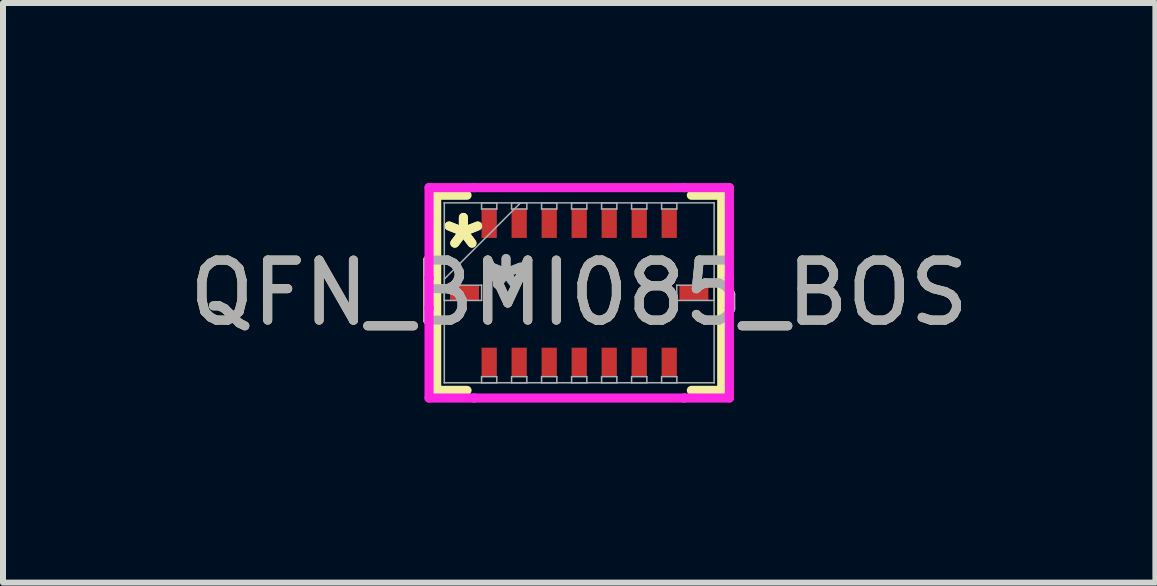
<source format=kicad_pcb>
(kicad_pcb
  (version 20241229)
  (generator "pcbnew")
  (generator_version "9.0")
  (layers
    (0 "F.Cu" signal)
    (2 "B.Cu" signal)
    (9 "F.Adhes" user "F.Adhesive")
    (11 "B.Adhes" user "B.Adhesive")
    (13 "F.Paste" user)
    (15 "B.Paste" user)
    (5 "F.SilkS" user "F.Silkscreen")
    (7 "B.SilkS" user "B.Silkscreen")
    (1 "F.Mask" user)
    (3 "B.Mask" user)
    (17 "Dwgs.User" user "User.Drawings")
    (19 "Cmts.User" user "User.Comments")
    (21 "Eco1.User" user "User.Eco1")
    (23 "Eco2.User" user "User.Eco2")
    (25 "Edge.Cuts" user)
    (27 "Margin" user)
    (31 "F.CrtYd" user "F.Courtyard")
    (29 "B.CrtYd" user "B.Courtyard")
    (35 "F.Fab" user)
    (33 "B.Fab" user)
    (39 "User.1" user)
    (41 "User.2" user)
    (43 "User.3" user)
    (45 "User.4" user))
  (footprint "QFN_BMI085_BOS"
    (layer "F.Cu")
    (at 6.601 1.829)
    (property "Reference" "QFN_BMI085_BOS" (at 0 0 0) (unlocked yes) (layer "F.SilkS") (effects (font (size 1 1) (thickness 0.15))))
    (attr smd)
    (fp_line (start -2.375 -1.626) (end -2.375 1.626) (stroke (width 0.152) (type solid)) (layer "F.SilkS"))
    (fp_line (start -2.375 1.626) (end -1.869 1.626) (stroke (width 0.152) (type solid)) (layer "F.SilkS"))
    (fp_line (start -1.869 -1.626) (end -2.375 -1.626) (stroke (width 0.152) (type solid)) (layer "F.SilkS"))
    (fp_line (start 1.869 1.626) (end 2.375 1.626) (stroke (width 0.152) (type solid)) (layer "F.SilkS"))
    (fp_line (start 2.375 -1.626) (end 1.869 -1.626) (stroke (width 0.152) (type solid)) (layer "F.SilkS"))
    (fp_line (start 2.375 1.626) (end 2.375 -1.626) (stroke (width 0.152) (type solid)) (layer "F.SilkS"))
    (fp_line (start -2.502 -1.753) (end -1.75 -1.753) (stroke (width 0.152) (type solid)) (layer "F.CrtYd"))
    (fp_line (start -2.502 -0.25) (end -2.502 -1.753) (stroke (width 0.152) (type solid)) (layer "F.CrtYd"))
    (fp_line (start -2.502 -0.25) (end -2.502 -0.25) (stroke (width 0.152) (type solid)) (layer "F.CrtYd"))
    (fp_line (start -2.502 0.25) (end -2.502 -0.25) (stroke (width 0.152) (type solid)) (layer "F.CrtYd"))
    (fp_line (start -2.502 0.25) (end -2.502 0.25) (stroke (width 0.152) (type solid)) (layer "F.CrtYd"))
    (fp_line (start -2.502 1.753) (end -2.502 0.25) (stroke (width 0.152) (type solid)) (layer "F.CrtYd"))
    (fp_line (start -1.75 -1.753) (end -1.75 -1.753) (stroke (width 0.152) (type solid)) (layer "F.CrtYd"))
    (fp_line (start -1.75 -1.753) (end 1.75 -1.753) (stroke (width 0.152) (type solid)) (layer "F.CrtYd"))
    (fp_line (start -1.75 1.753) (end -2.502 1.753) (stroke (width 0.152) (type solid)) (layer "F.CrtYd"))
    (fp_line (start -1.75 1.753) (end -1.75 1.753) (stroke (width 0.152) (type solid)) (layer "F.CrtYd"))
    (fp_line (start 1.75 -1.753) (end 1.75 -1.753) (stroke (width 0.152) (type solid)) (layer "F.CrtYd"))
    (fp_line (start 1.75 -1.753) (end 2.502 -1.753) (stroke (width 0.152) (type solid)) (layer "F.CrtYd"))
    (fp_line (start 1.75 1.753) (end -1.75 1.753) (stroke (width 0.152) (type solid)) (layer "F.CrtYd"))
    (fp_line (start 1.75 1.753) (end 1.75 1.753) (stroke (width 0.152) (type solid)) (layer "F.CrtYd"))
    (fp_line (start 2.502 -1.753) (end 2.502 -0.25) (stroke (width 0.152) (type solid)) (layer "F.CrtYd"))
    (fp_line (start 2.502 -0.25) (end 2.502 -0.25) (stroke (width 0.152) (type solid)) (layer "F.CrtYd"))
    (fp_line (start 2.502 -0.25) (end 2.502 0.25) (stroke (width 0.152) (type solid)) (layer "F.CrtYd"))
    (fp_line (start 2.502 0.25) (end 2.502 0.25) (stroke (width 0.152) (type solid)) (layer "F.CrtYd"))
    (fp_line (start 2.502 0.25) (end 2.502 1.753) (stroke (width 0.152) (type solid)) (layer "F.CrtYd"))
    (fp_line (start 2.502 1.753) (end 1.75 1.753) (stroke (width 0.152) (type solid)) (layer "F.CrtYd"))
    (fp_line (start -2.248 -1.499) (end -2.248 -1.499) (stroke (width 0.025) (type solid)) (layer "F.Fab"))
    (fp_line (start -2.248 -1.499) (end -2.248 1.499) (stroke (width 0.025) (type solid)) (layer "F.Fab"))
    (fp_line (start -2.248 -0.229) (end -0.978 -1.499) (stroke (width 0.025) (type solid)) (layer "F.Fab"))
    (fp_line (start -2.248 -0.127) (end -1.626 -0.127) (stroke (width 0.025) (type solid)) (layer "F.Fab"))
    (fp_line (start -2.248 0.127) (end -2.248 -0.127) (stroke (width 0.025) (type solid)) (layer "F.Fab"))
    (fp_line (start -2.248 1.499) (end -2.248 1.499) (stroke (width 0.025) (type solid)) (layer "F.Fab"))
    (fp_line (start -2.248 1.499) (end 2.248 1.499) (stroke (width 0.025) (type solid)) (layer "F.Fab"))
    (fp_line (start -1.627 -1.499) (end -1.373 -1.499) (stroke (width 0.025) (type solid)) (layer "F.Fab"))
    (fp_line (start -1.627 -1.397) (end -1.627 -1.499) (stroke (width 0.025) (type solid)) (layer "F.Fab"))
    (fp_line (start -1.627 1.397) (end -1.373 1.397) (stroke (width 0.025) (type solid)) (layer "F.Fab"))
    (fp_line (start -1.627 1.499) (end -1.627 1.397) (stroke (width 0.025) (type solid)) (layer "F.Fab"))
    (fp_line (start -1.626 -0.127) (end -1.626 0.127) (stroke (width 0.025) (type solid)) (layer "F.Fab"))
    (fp_line (start -1.626 0.127) (end -2.248 0.127) (stroke (width 0.025) (type solid)) (layer "F.Fab"))
    (fp_line (start -1.373 -1.499) (end -1.373 -1.397) (stroke (width 0.025) (type solid)) (layer "F.Fab"))
    (fp_line (start -1.373 -1.397) (end -1.627 -1.397) (stroke (width 0.025) (type solid)) (layer "F.Fab"))
    (fp_line (start -1.373 1.397) (end -1.373 1.499) (stroke (width 0.025) (type solid)) (layer "F.Fab"))
    (fp_line (start -1.373 1.499) (end -1.627 1.499) (stroke (width 0.025) (type solid)) (layer "F.Fab"))
    (fp_line (start -1.127 -1.499) (end -0.873 -1.499) (stroke (width 0.025) (type solid)) (layer "F.Fab"))
    (fp_line (start -1.127 -1.397) (end -1.127 -1.499) (stroke (width 0.025) (type solid)) (layer "F.Fab"))
    (fp_line (start -1.127 1.397) (end -0.873 1.397) (stroke (width 0.025) (type solid)) (layer "F.Fab"))
    (fp_line (start -1.127 1.499) (end -1.127 1.397) (stroke (width 0.025) (type solid)) (layer "F.Fab"))
    (fp_line (start -0.873 -1.499) (end -0.873 -1.397) (stroke (width 0.025) (type solid)) (layer "F.Fab"))
    (fp_line (start -0.873 -1.397) (end -1.127 -1.397) (stroke (width 0.025) (type solid)) (layer "F.Fab"))
    (fp_line (start -0.873 1.397) (end -0.873 1.499) (stroke (width 0.025) (type solid)) (layer "F.Fab"))
    (fp_line (start -0.873 1.499) (end -1.127 1.499) (stroke (width 0.025) (type solid)) (layer "F.Fab"))
    (fp_line (start -0.627 -1.499) (end -0.373 -1.499) (stroke (width 0.025) (type solid)) (layer "F.Fab"))
    (fp_line (start -0.627 -1.397) (end -0.627 -1.499) (stroke (width 0.025) (type solid)) (layer "F.Fab"))
    (fp_line (start -0.627 1.397) (end -0.373 1.397) (stroke (width 0.025) (type solid)) (layer "F.Fab"))
    (fp_line (start -0.627 1.499) (end -0.627 1.397) (stroke (width 0.025) (type solid)) (layer "F.Fab"))
    (fp_line (start -0.373 -1.499) (end -0.373 -1.397) (stroke (width 0.025) (type solid)) (layer "F.Fab"))
    (fp_line (start -0.373 -1.397) (end -0.627 -1.397) (stroke (width 0.025) (type solid)) (layer "F.Fab"))
    (fp_line (start -0.373 1.397) (end -0.373 1.499) (stroke (width 0.025) (type solid)) (layer "F.Fab"))
    (fp_line (start -0.373 1.499) (end -0.627 1.499) (stroke (width 0.025) (type solid)) (layer "F.Fab"))
    (fp_line (start -0.127 -1.499) (end 0.127 -1.499) (stroke (width 0.025) (type solid)) (layer "F.Fab"))
    (fp_line (start -0.127 -1.397) (end -0.127 -1.499) (stroke (width 0.025) (type solid)) (layer "F.Fab"))
    (fp_line (start -0.127 1.397) (end 0.127 1.397) (stroke (width 0.025) (type solid)) (layer "F.Fab"))
    (fp_line (start -0.127 1.499) (end -0.127 1.397) (stroke (width 0.025) (type solid)) (layer "F.Fab"))
    (fp_line (start 0.127 -1.499) (end 0.127 -1.397) (stroke (width 0.025) (type solid)) (layer "F.Fab"))
    (fp_line (start 0.127 -1.397) (end -0.127 -1.397) (stroke (width 0.025) (type solid)) (layer "F.Fab"))
    (fp_line (start 0.127 1.397) (end 0.127 1.499) (stroke (width 0.025) (type solid)) (layer "F.Fab"))
    (fp_line (start 0.127 1.499) (end -0.127 1.499) (stroke (width 0.025) (type solid)) (layer "F.Fab"))
    (fp_line (start 0.373 -1.499) (end 0.627 -1.499) (stroke (width 0.025) (type solid)) (layer "F.Fab"))
    (fp_line (start 0.373 -1.397) (end 0.373 -1.499) (stroke (width 0.025) (type solid)) (layer "F.Fab"))
    (fp_line (start 0.373 1.397) (end 0.627 1.397) (stroke (width 0.025) (type solid)) (layer "F.Fab"))
    (fp_line (start 0.373 1.499) (end 0.373 1.397) (stroke (width 0.025) (type solid)) (layer "F.Fab"))
    (fp_line (start 0.627 -1.499) (end 0.627 -1.397) (stroke (width 0.025) (type solid)) (layer "F.Fab"))
    (fp_line (start 0.627 -1.397) (end 0.373 -1.397) (stroke (width 0.025) (type solid)) (layer "F.Fab"))
    (fp_line (start 0.627 1.397) (end 0.627 1.499) (stroke (width 0.025) (type solid)) (layer "F.Fab"))
    (fp_line (start 0.627 1.499) (end 0.373 1.499) (stroke (width 0.025) (type solid)) (layer "F.Fab"))
    (fp_line (start 0.873 -1.499) (end 1.127 -1.499) (stroke (width 0.025) (type solid)) (layer "F.Fab"))
    (fp_line (start 0.873 -1.397) (end 0.873 -1.499) (stroke (width 0.025) (type solid)) (layer "F.Fab"))
    (fp_line (start 0.873 1.397) (end 1.127 1.397) (stroke (width 0.025) (type solid)) (layer "F.Fab"))
    (fp_line (start 0.873 1.499) (end 0.873 1.397) (stroke (width 0.025) (type solid)) (layer "F.Fab"))
    (fp_line (start 1.127 -1.499) (end 1.127 -1.397) (stroke (width 0.025) (type solid)) (layer "F.Fab"))
    (fp_line (start 1.127 -1.397) (end 0.873 -1.397) (stroke (width 0.025) (type solid)) (layer "F.Fab"))
    (fp_line (start 1.127 1.397) (end 1.127 1.499) (stroke (width 0.025) (type solid)) (layer "F.Fab"))
    (fp_line (start 1.127 1.499) (end 0.873 1.499) (stroke (width 0.025) (type solid)) (layer "F.Fab"))
    (fp_line (start 1.373 -1.499) (end 1.627 -1.499) (stroke (width 0.025) (type solid)) (layer "F.Fab"))
    (fp_line (start 1.373 -1.397) (end 1.373 -1.499) (stroke (width 0.025) (type solid)) (layer "F.Fab"))
    (fp_line (start 1.373 1.397) (end 1.627 1.397) (stroke (width 0.025) (type solid)) (layer "F.Fab"))
    (fp_line (start 1.373 1.499) (end 1.373 1.397) (stroke (width 0.025) (type solid)) (layer "F.Fab"))
    (fp_line (start 1.626 -0.127) (end 2.248 -0.127) (stroke (width 0.025) (type solid)) (layer "F.Fab"))
    (fp_line (start 1.626 0.127) (end 1.626 -0.127) (stroke (width 0.025) (type solid)) (layer "F.Fab"))
    (fp_line (start 1.627 -1.499) (end 1.627 -1.397) (stroke (width 0.025) (type solid)) (layer "F.Fab"))
    (fp_line (start 1.627 -1.397) (end 1.373 -1.397) (stroke (width 0.025) (type solid)) (layer "F.Fab"))
    (fp_line (start 1.627 1.397) (end 1.627 1.499) (stroke (width 0.025) (type solid)) (layer "F.Fab"))
    (fp_line (start 1.627 1.499) (end 1.373 1.499) (stroke (width 0.025) (type solid)) (layer "F.Fab"))
    (fp_line (start 2.248 -1.499) (end -2.248 -1.499) (stroke (width 0.025) (type solid)) (layer "F.Fab"))
    (fp_line (start 2.248 -1.499) (end 2.248 -1.499) (stroke (width 0.025) (type solid)) (layer "F.Fab"))
    (fp_line (start 2.248 -0.127) (end 2.248 0.127) (stroke (width 0.025) (type solid)) (layer "F.Fab"))
    (fp_line (start 2.248 0.127) (end 1.626 0.127) (stroke (width 0.025) (type solid)) (layer "F.Fab"))
    (fp_line (start 2.248 1.499) (end 2.248 -1.499) (stroke (width 0.025) (type solid)) (layer "F.Fab"))
    (fp_line (start 2.248 1.499) (end 2.248 1.499) (stroke (width 0.025) (type solid)) (layer "F.Fab"))
    (fp_text user "*" (at -1.93 -0.711 0) (unlocked yes) (layer "F.SilkS") (effects (font (size 1 1) (thickness 0.15))))
    (fp_text user "*" (at -1.93 -0.711 0) (layer "F.SilkS") (effects (font (size 1 1) (thickness 0.15))))
    (fp_text user "*" (at -1.219 -0.025 0) (layer "F.Fab") (effects (font (size 1 1) (thickness 0.15))))
    (fp_text user "*" (at -1.219 -0.025 0) (unlocked yes) (layer "F.Fab") (effects (font (size 1 1) (thickness 0.15))))
    (fp_text user "${REFERENCE}" (at 0 0 0) (unlocked yes) (layer "F.Fab") (effects (font (size 1 1) (thickness 0.15))))
    (pad "1" smd rect (at -1.5 -1.156) (size 0.254 0.483) (layers "F.Cu" "F.Mask" "F.Paste"))
    (pad "2" smd rect (at -1 -1.156) (size 0.254 0.483) (layers "F.Cu" "F.Mask" "F.Paste"))
    (pad "3" smd rect (at -0.5 -1.156) (size 0.254 0.483) (layers "F.Cu" "F.Mask" "F.Paste"))
    (pad "4" smd rect (at 0 -1.156) (size 0.254 0.483) (layers "F.Cu" "F.Mask" "F.Paste"))
    (pad "5" smd rect (at 0.5 -1.156) (size 0.254 0.483) (layers "F.Cu" "F.Mask" "F.Paste"))
    (pad "6" smd rect (at 1 -1.156) (size 0.254 0.483) (layers "F.Cu" "F.Mask" "F.Paste"))
    (pad "7" smd rect (at 1.5 -1.156) (size 0.254 0.483) (layers "F.Cu" "F.Mask" "F.Paste"))
    (pad "8" smd rect (at 1.911 0 90) (size 0.254 0.483) (layers "F.Cu" "F.Mask" "F.Paste"))
    (pad "9" smd rect (at 1.5 1.156) (size 0.254 0.483) (layers "F.Cu" "F.Mask" "F.Paste"))
    (pad "10" smd rect (at 1 1.156) (size 0.254 0.483) (layers "F.Cu" "F.Mask" "F.Paste"))
    (pad "11" smd rect (at 0.5 1.156) (size 0.254 0.483) (layers "F.Cu" "F.Mask" "F.Paste"))
    (pad "12" smd rect (at 0 1.156) (size 0.254 0.483) (layers "F.Cu" "F.Mask" "F.Paste"))
    (pad "13" smd rect (at -0.5 1.156) (size 0.254 0.483) (layers "F.Cu" "F.Mask" "F.Paste"))
    (pad "14" smd rect (at -1 1.156) (size 0.254 0.483) (layers "F.Cu" "F.Mask" "F.Paste"))
    (pad "15" smd rect (at -1.5 1.156) (size 0.254 0.483) (layers "F.Cu" "F.Mask" "F.Paste"))
    (pad "16" smd rect (at -1.911 0 90) (size 0.254 0.483) (layers "F.Cu" "F.Mask" "F.Paste")))
  (gr_rect
    (start -3 -3)
    (end 16.202 6.658)
    (stroke (width 0.1) (type default))
    (fill no)
    (layer "Edge.Cuts")))
</source>
